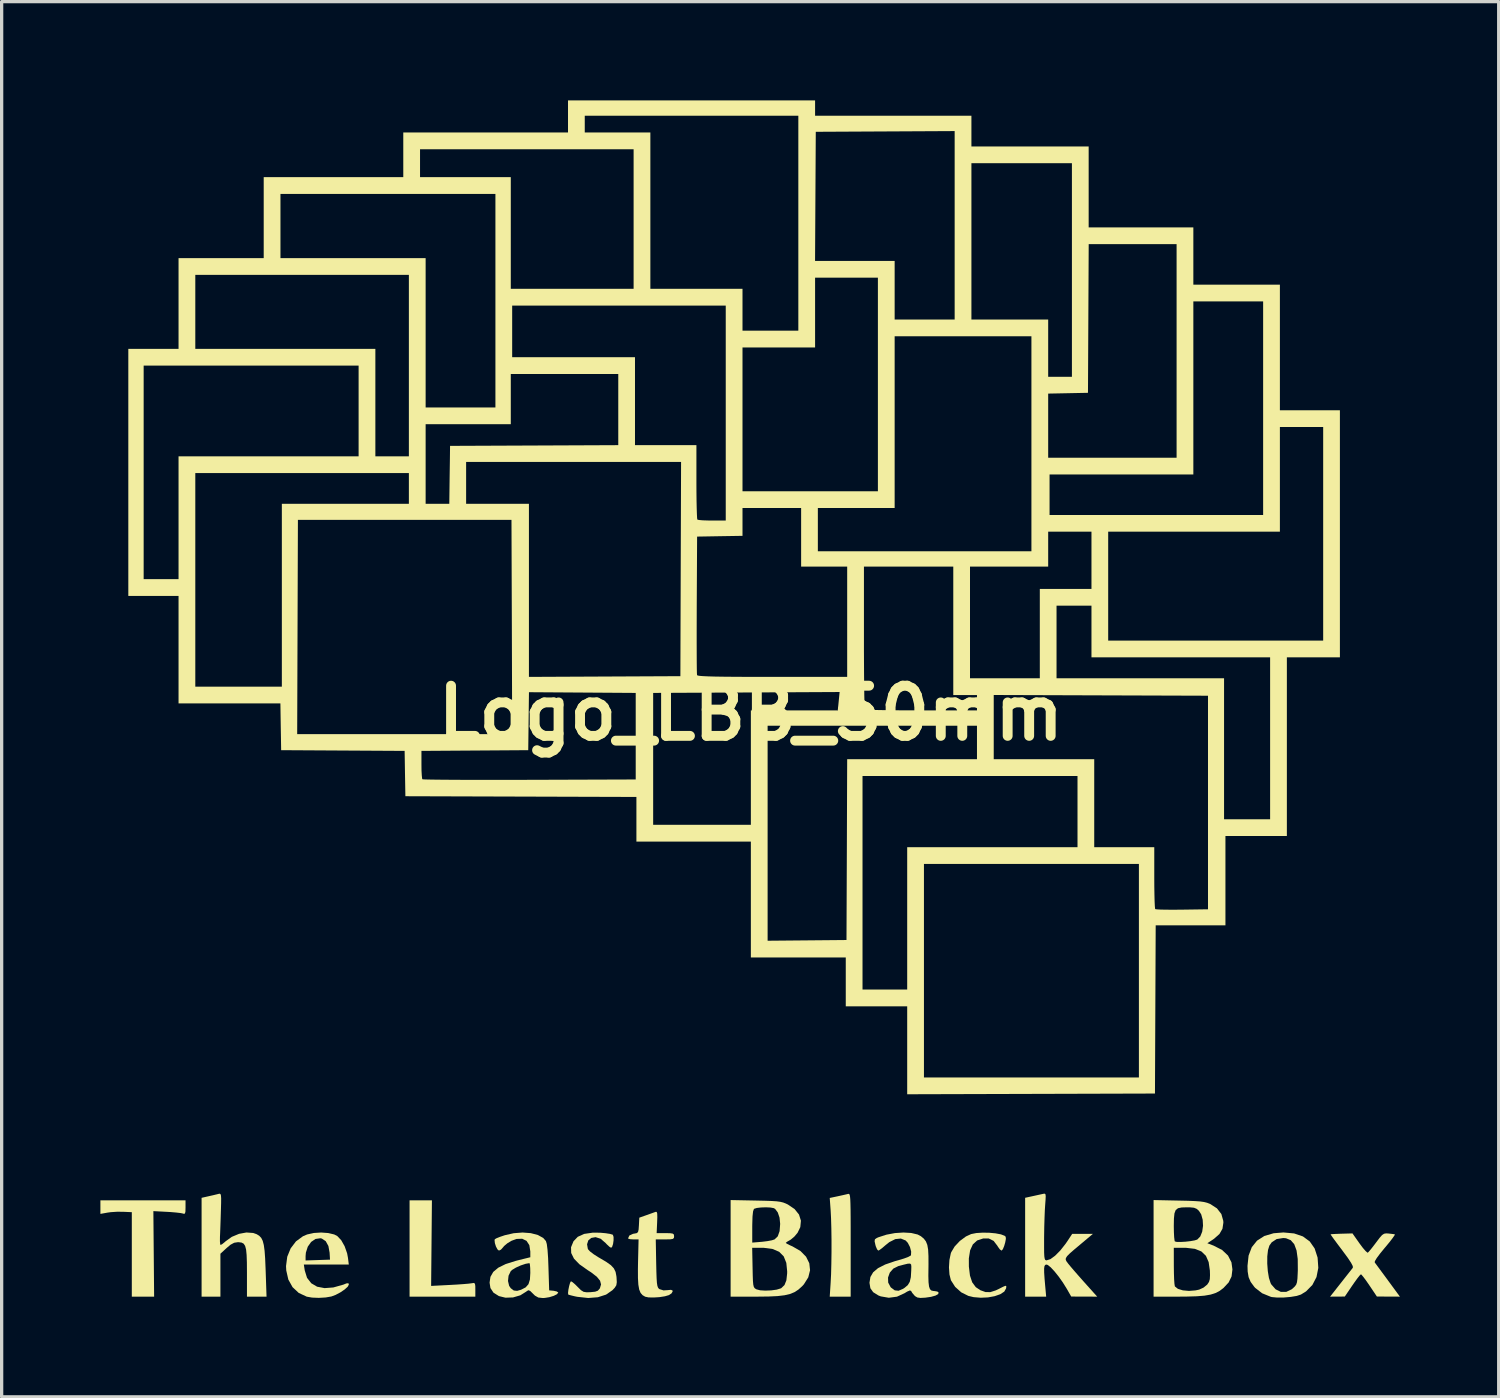
<source format=kicad_pcb>
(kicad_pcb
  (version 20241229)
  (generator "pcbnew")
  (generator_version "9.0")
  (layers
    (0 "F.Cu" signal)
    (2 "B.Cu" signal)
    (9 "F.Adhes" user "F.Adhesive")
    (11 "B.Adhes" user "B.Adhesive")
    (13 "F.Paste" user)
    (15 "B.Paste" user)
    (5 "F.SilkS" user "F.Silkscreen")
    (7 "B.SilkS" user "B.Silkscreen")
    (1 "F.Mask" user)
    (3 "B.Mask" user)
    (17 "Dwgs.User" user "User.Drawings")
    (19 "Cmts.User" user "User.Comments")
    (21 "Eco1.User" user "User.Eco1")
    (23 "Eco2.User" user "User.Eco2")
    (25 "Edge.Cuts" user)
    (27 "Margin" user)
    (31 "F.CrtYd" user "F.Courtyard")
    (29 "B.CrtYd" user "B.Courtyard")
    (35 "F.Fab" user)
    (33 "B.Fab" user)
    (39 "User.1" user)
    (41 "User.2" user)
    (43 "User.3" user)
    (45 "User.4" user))
  (footprint "Logo_LBB_50mm"
    (layer "F.Cu")
    (at 19.76 18.615)
    (property "Reference" "Logo_LBB_50mm" (at 0 0 0) (layer "F.SilkS") (effects (font (size 1.524 1.524) (thickness 0.3))))
    (attr through_hole)
    (fp_poly (pts (xy -9.701 16.099) (xy -9.713 17.399) (xy -9.15 17.37) (xy -8.93 17.358) (xy -8.733 17.344) (xy -8.578 17.331) (xy -8.485 17.319) (xy -8.478 17.318) (xy -8.415 17.309) (xy -8.382 17.331) (xy -8.371 17.403) (xy -8.37 17.509) (xy -8.37 17.725) (xy -9.369 17.725) (xy -10.368 17.725) (xy -10.368 14.799) (xy -10.029 14.799) (xy -9.689 14.799)) (stroke (width 0) (type solid)) (fill yes) (layer "F.SilkS"))
    (fp_poly (pts (xy -17.174 15.016) (xy -17.177 15.142) (xy -17.192 15.2) (xy -17.226 15.209) (xy -17.248 15.201) (xy -17.321 15.186) (xy -17.456 15.17) (xy -17.63 15.155) (xy -17.737 15.149) (xy -18.151 15.127) (xy -18.128 17.725) (xy -18.467 17.725) (xy -18.806 17.725) (xy -18.806 15.159) (xy -19.071 15.147) (xy -19.257 15.146) (xy -19.448 15.159) (xy -19.548 15.173) (xy -19.76 15.211) (xy -19.76 14.799) (xy -17.174 14.799)) (stroke (width 0) (type solid)) (fill yes) (layer "F.SilkS"))
    (fp_poly (pts (xy 2.987 14.608) (xy 3.001 14.632) (xy 3.012 14.683) (xy 3.02 14.768) (xy 3.025 14.894) (xy 3.029 15.071) (xy 3.031 15.305) (xy 3.032 15.606) (xy 3.032 15.98) (xy 3.032 16.154) (xy 3.032 17.725) (xy 2.714 17.725) (xy 2.396 17.725) (xy 2.423 17.311) (xy 2.437 17.044) (xy 2.445 16.721) (xy 2.45 16.366) (xy 2.45 16.002) (xy 2.445 15.654) (xy 2.436 15.345) (xy 2.424 15.113) (xy 2.396 14.727) (xy 2.629 14.678) (xy 2.775 14.646) (xy 2.898 14.618) (xy 2.947 14.606) (xy 2.969 14.602)) (stroke (width 0) (type solid)) (fill yes) (layer "F.SilkS"))
    (fp_poly (pts (xy -16.112 14.609) (xy -16.098 14.651) (xy -16.092 14.738) (xy -16.093 14.882) (xy -16.099 15.097) (xy -16.1 15.124) (xy -16.107 15.358) (xy -16.115 15.586) (xy -16.122 15.781) (xy -16.128 15.912) (xy -16.129 16.043) (xy -16.121 16.131) (xy -16.108 16.156) (xy -16.059 16.129) (xy -15.978 16.064) (xy -15.957 16.044) (xy -15.767 15.908) (xy -15.548 15.817) (xy -15.324 15.776) (xy -15.117 15.791) (xy -15.013 15.828) (xy -14.935 15.876) (xy -14.874 15.94) (xy -14.829 16.03) (xy -14.796 16.157) (xy -14.772 16.334) (xy -14.755 16.571) (xy -14.742 16.88) (xy -14.74 16.93) (xy -14.713 17.725) (xy -15.308 17.725) (xy -15.308 16.992) (xy -15.31 16.689) (xy -15.318 16.46) (xy -15.334 16.296) (xy -15.363 16.185) (xy -15.407 16.117) (xy -15.47 16.083) (xy -15.554 16.072) (xy -15.587 16.071) (xy -15.696 16.088) (xy -15.806 16.147) (xy -15.924 16.246) (xy -16.114 16.421) (xy -16.114 17.725) (xy -16.4 17.725) (xy -16.686 17.725) (xy -16.686 14.723) (xy -16.474 14.675) (xy -16.332 14.643) (xy -16.212 14.614) (xy -16.173 14.604) (xy -16.137 14.597)) (stroke (width 0) (type solid)) (fill yes) (layer "F.SilkS"))
    (fp_poly (pts (xy -12.838 15.793) (xy -12.657 15.836) (xy -12.564 15.884) (xy -12.444 16.011) (xy -12.34 16.195) (xy -12.265 16.409) (xy -12.239 16.548) (xy -12.214 16.75) (xy -13.58 16.75) (xy -13.552 16.93) (xy -13.483 17.153) (xy -13.355 17.318) (xy -13.176 17.423) (xy -12.95 17.466) (xy -12.684 17.446) (xy -12.382 17.361) (xy -12.287 17.323) (xy -12.226 17.317) (xy -12.212 17.358) (xy -12.248 17.424) (xy -12.341 17.508) (xy -12.471 17.596) (xy -12.615 17.672) (xy -12.743 17.72) (xy -12.917 17.75) (xy -13.125 17.762) (xy -13.329 17.754) (xy -13.489 17.726) (xy -13.491 17.726) (xy -13.735 17.612) (xy -13.923 17.436) (xy -14.051 17.206) (xy -14.114 16.929) (xy -14.121 16.797) (xy -14.084 16.513) (xy -14.077 16.495) (xy -13.527 16.495) (xy -13.527 16.626) (xy -12.785 16.601) (xy -12.797 16.389) (xy -12.834 16.186) (xy -12.915 16.04) (xy -13.033 15.961) (xy -13.078 15.951) (xy -13.227 15.973) (xy -13.358 16.063) (xy -13.46 16.207) (xy -13.518 16.388) (xy -13.527 16.495) (xy -14.077 16.495) (xy -13.98 16.258) (xy -13.819 16.046) (xy -13.608 15.891) (xy -13.48 15.836) (xy -13.277 15.791) (xy -13.054 15.777)) (stroke (width 0) (type solid)) (fill yes) (layer "F.SilkS"))
    (fp_poly (pts (xy 7.241 15.784) (xy 7.433 15.802) (xy 7.596 15.833) (xy 7.707 15.875) (xy 7.741 15.905) (xy 7.747 15.969) (xy 7.728 16.073) (xy 7.695 16.188) (xy 7.656 16.282) (xy 7.619 16.325) (xy 7.616 16.326) (xy 7.566 16.292) (xy 7.504 16.207) (xy 7.49 16.182) (xy 7.374 16.031) (xy 7.227 15.958) (xy 7.057 15.958) (xy 6.875 16.018) (xy 6.744 16.137) (xy 6.661 16.317) (xy 6.622 16.563) (xy 6.623 16.811) (xy 6.656 17.085) (xy 6.724 17.29) (xy 6.833 17.437) (xy 6.972 17.53) (xy 7.127 17.585) (xy 7.273 17.588) (xy 7.437 17.536) (xy 7.53 17.492) (xy 7.66 17.426) (xy 7.731 17.396) (xy 7.758 17.402) (xy 7.758 17.441) (xy 7.752 17.477) (xy 7.698 17.572) (xy 7.577 17.651) (xy 7.406 17.711) (xy 7.203 17.748) (xy 6.983 17.758) (xy 6.766 17.74) (xy 6.607 17.702) (xy 6.391 17.594) (xy 6.206 17.428) (xy 6.078 17.228) (xy 6.076 17.223) (xy 6.033 17.051) (xy 6.018 16.835) (xy 6.032 16.611) (xy 6.073 16.414) (xy 6.087 16.375) (xy 6.191 16.201) (xy 6.349 16.033) (xy 6.533 15.897) (xy 6.692 15.824) (xy 6.849 15.793) (xy 7.039 15.781)) (stroke (width 0) (type solid)) (fill yes) (layer "F.SilkS"))
    (fp_poly (pts (xy 8.949 14.614) (xy 8.957 14.673) (xy 8.952 14.787) (xy 8.941 14.934) (xy 8.93 15.106) (xy 8.921 15.337) (xy 8.913 15.6) (xy 8.909 15.869) (xy 8.908 15.955) (xy 8.908 16.206) (xy 8.909 16.386) (xy 8.915 16.504) (xy 8.927 16.575) (xy 8.944 16.61) (xy 8.97 16.622) (xy 8.984 16.622) (xy 9.1 16.586) (xy 9.241 16.483) (xy 9.399 16.324) (xy 9.56 16.12) (xy 9.63 16.018) (xy 9.762 15.817) (xy 10.392 15.817) (xy 10.017 16.132) (xy 9.826 16.292) (xy 9.693 16.408) (xy 9.609 16.492) (xy 9.569 16.554) (xy 9.565 16.605) (xy 9.59 16.656) (xy 9.636 16.718) (xy 9.704 16.801) (xy 9.814 16.93) (xy 9.953 17.089) (xy 10.105 17.261) (xy 10.131 17.29) (xy 10.521 17.725) (xy 10.127 17.724) (xy 9.732 17.722) (xy 9.592 17.478) (xy 9.476 17.292) (xy 9.349 17.113) (xy 9.223 16.956) (xy 9.109 16.834) (xy 9.02 16.763) (xy 8.982 16.75) (xy 8.945 16.759) (xy 8.92 16.794) (xy 8.909 16.868) (xy 8.91 16.992) (xy 8.922 17.178) (xy 8.941 17.396) (xy 8.971 17.725) (xy 8.332 17.725) (xy 8.332 14.722) (xy 8.566 14.671) (xy 8.712 14.639) (xy 8.835 14.612) (xy 8.885 14.601) (xy 8.926 14.596)) (stroke (width 0) (type solid)) (fill yes) (layer "F.SilkS"))
    (fp_poly (pts (xy 16.504 15.805) (xy 16.771 15.896) (xy 16.978 16.048) (xy 17.126 16.26) (xy 17.215 16.533) (xy 17.217 16.545) (xy 17.238 16.852) (xy 17.183 17.13) (xy 17.058 17.37) (xy 16.866 17.565) (xy 16.711 17.661) (xy 16.582 17.703) (xy 16.399 17.733) (xy 16.193 17.751) (xy 15.992 17.753) (xy 15.829 17.738) (xy 15.795 17.73) (xy 15.531 17.622) (xy 15.318 17.456) (xy 15.288 17.421) (xy 15.183 17.278) (xy 15.121 17.134) (xy 15.092 16.961) (xy 15.087 16.79) (xy 15.094 16.723) (xy 15.687 16.723) (xy 15.704 16.95) (xy 15.738 17.156) (xy 15.789 17.314) (xy 15.808 17.351) (xy 15.941 17.502) (xy 16.098 17.579) (xy 16.265 17.58) (xy 16.429 17.502) (xy 16.463 17.474) (xy 16.525 17.415) (xy 16.566 17.36) (xy 16.59 17.288) (xy 16.604 17.18) (xy 16.612 17.017) (xy 16.616 16.918) (xy 16.613 16.582) (xy 16.577 16.321) (xy 16.507 16.132) (xy 16.401 16.01) (xy 16.257 15.951) (xy 16.173 15.944) (xy 15.972 15.976) (xy 15.822 16.075) (xy 15.752 16.174) (xy 15.71 16.309) (xy 15.688 16.501) (xy 15.687 16.723) (xy 15.094 16.723) (xy 15.12 16.479) (xy 15.217 16.223) (xy 15.377 16.024) (xy 15.599 15.882) (xy 15.881 15.799) (xy 16.179 15.775)) (stroke (width 0) (type solid)) (fill yes) (layer "F.SilkS"))
    (fp_poly (pts (xy -2.86 15.152) (xy -2.845 15.201) (xy -2.842 15.31) (xy -2.847 15.46) (xy -2.862 15.795) (xy -2.597 15.795) (xy -2.452 15.798) (xy -2.373 15.81) (xy -2.339 15.838) (xy -2.332 15.89) (xy -2.332 15.891) (xy -2.338 15.942) (xy -2.37 15.971) (xy -2.446 15.983) (xy -2.585 15.986) (xy -2.611 15.986) (xy -2.889 15.986) (xy -2.876 16.711) (xy -2.87 16.977) (xy -2.863 17.171) (xy -2.854 17.306) (xy -2.84 17.395) (xy -2.821 17.45) (xy -2.795 17.483) (xy -2.781 17.495) (xy -2.654 17.535) (xy -2.537 17.528) (xy -2.428 17.518) (xy -2.381 17.537) (xy -2.375 17.564) (xy -2.409 17.625) (xy -2.488 17.678) (xy -2.61 17.714) (xy -2.776 17.74) (xy -2.952 17.751) (xy -3.109 17.748) (xy -3.21 17.727) (xy -3.29 17.68) (xy -3.35 17.611) (xy -3.392 17.509) (xy -3.418 17.362) (xy -3.43 17.16) (xy -3.431 16.89) (xy -3.428 16.7) (xy -3.411 15.986) (xy -3.572 15.986) (xy -3.674 15.979) (xy -3.728 15.96) (xy -3.731 15.955) (xy -3.691 15.868) (xy -3.581 15.817) (xy -3.541 15.81) (xy -3.468 15.796) (xy -3.428 15.763) (xy -3.41 15.687) (xy -3.401 15.561) (xy -3.389 15.326) (xy -3.168 15.248) (xy -3.034 15.2) (xy -2.928 15.162) (xy -2.889 15.148)) (stroke (width 0) (type solid)) (fill yes) (layer "F.SilkS"))
    (fp_poly (pts (xy 19.368 15.807) (xy 19.481 15.82) (xy 19.557 15.83) (xy 19.564 15.832) (xy 19.552 15.865) (xy 19.493 15.95) (xy 19.397 16.074) (xy 19.273 16.224) (xy 19.258 16.241) (xy 19.118 16.412) (xy 19.015 16.55) (xy 18.958 16.644) (xy 18.951 16.684) (xy 18.987 16.733) (xy 19.063 16.836) (xy 19.17 16.981) (xy 19.298 17.154) (xy 19.351 17.227) (xy 19.717 17.725) (xy 19.368 17.723) (xy 19.018 17.722) (xy 18.791 17.384) (xy 18.691 17.239) (xy 18.606 17.125) (xy 18.549 17.058) (xy 18.533 17.046) (xy 18.497 17.079) (xy 18.426 17.168) (xy 18.333 17.296) (xy 18.272 17.384) (xy 18.043 17.722) (xy 17.596 17.725) (xy 17.922 17.311) (xy 18.05 17.148) (xy 18.162 17.006) (xy 18.245 16.901) (xy 18.287 16.847) (xy 18.288 16.846) (xy 18.285 16.796) (xy 18.233 16.696) (xy 18.131 16.542) (xy 17.974 16.33) (xy 17.965 16.317) (xy 17.836 16.146) (xy 17.728 16.001) (xy 17.651 15.894) (xy 17.613 15.837) (xy 17.611 15.832) (xy 17.654 15.826) (xy 17.761 15.82) (xy 17.911 15.814) (xy 17.948 15.813) (xy 18.276 15.804) (xy 18.49 16.108) (xy 18.59 16.242) (xy 18.674 16.339) (xy 18.73 16.387) (xy 18.743 16.389) (xy 18.784 16.346) (xy 18.862 16.252) (xy 18.96 16.125) (xy 18.995 16.078) (xy 19.101 15.938) (xy 19.175 15.854) (xy 19.236 15.814) (xy 19.3 15.803)) (stroke (width 0) (type solid)) (fill yes) (layer "F.SilkS"))
    (fp_poly (pts (xy -4.579 15.783) (xy -4.413 15.798) (xy -4.279 15.819) (xy -4.2 15.842) (xy -4.192 15.848) (xy -4.171 15.911) (xy -4.171 16.014) (xy -4.186 16.124) (xy -4.214 16.21) (xy -4.245 16.241) (xy -4.295 16.211) (xy -4.375 16.137) (xy -4.412 16.097) (xy -4.564 15.966) (xy -4.717 15.918) (xy -4.847 15.941) (xy -4.938 16.016) (xy -4.976 16.134) (xy -4.954 16.267) (xy -4.945 16.288) (xy -4.886 16.352) (xy -4.775 16.437) (xy -4.631 16.529) (xy -4.601 16.546) (xy -4.394 16.668) (xy -4.251 16.77) (xy -4.161 16.868) (xy -4.109 16.975) (xy -4.084 17.108) (xy -4.08 17.149) (xy -4.073 17.288) (xy -4.087 17.379) (xy -4.135 17.455) (xy -4.205 17.529) (xy -4.398 17.663) (xy -4.647 17.743) (xy -4.942 17.766) (xy -5.273 17.73) (xy -5.343 17.716) (xy -5.459 17.688) (xy -5.534 17.667) (xy -5.548 17.661) (xy -5.554 17.61) (xy -5.543 17.514) (xy -5.52 17.402) (xy -5.493 17.307) (xy -5.467 17.259) (xy -5.464 17.258) (xy -5.415 17.287) (xy -5.331 17.36) (xy -5.261 17.43) (xy -5.161 17.529) (xy -5.082 17.578) (xy -4.989 17.593) (xy -4.872 17.589) (xy -4.732 17.575) (xy -4.649 17.545) (xy -4.596 17.486) (xy -4.585 17.468) (xy -4.551 17.354) (xy -4.581 17.241) (xy -4.679 17.121) (xy -4.852 16.987) (xy -4.961 16.917) (xy -5.209 16.741) (xy -5.374 16.57) (xy -5.458 16.399) (xy -5.463 16.225) (xy -5.389 16.045) (xy -5.389 16.044) (xy -5.258 15.907) (xy -5.063 15.819) (xy -4.802 15.781)) (stroke (width 0) (type solid)) (fill yes) (layer "F.SilkS"))
    (fp_poly (pts (xy -6.686 15.796) (xy -6.471 15.852) (xy -6.308 15.942) (xy -6.226 16.036) (xy -6.199 16.128) (xy -6.177 16.303) (xy -6.159 16.56) (xy -6.149 16.834) (xy -6.127 17.534) (xy -5.99 17.547) (xy -5.896 17.568) (xy -5.852 17.599) (xy -5.852 17.603) (xy -5.89 17.651) (xy -5.987 17.7) (xy -6.119 17.741) (xy -6.261 17.764) (xy -6.321 17.767) (xy -6.456 17.752) (xy -6.559 17.694) (xy -6.62 17.634) (xy -6.701 17.554) (xy -6.753 17.53) (xy -6.801 17.553) (xy -6.819 17.569) (xy -7.002 17.684) (xy -7.224 17.749) (xy -7.454 17.757) (xy -7.654 17.708) (xy -7.819 17.604) (xy -7.911 17.464) (xy -7.937 17.301) (xy -7.93 17.25) (xy -7.378 17.25) (xy -7.343 17.397) (xy -7.293 17.47) (xy -7.201 17.539) (xy -7.1 17.549) (xy -6.98 17.515) (xy -6.842 17.444) (xy -6.756 17.347) (xy -6.712 17.205) (xy -6.7 17.004) (xy -6.703 16.858) (xy -6.712 16.752) (xy -6.724 16.707) (xy -6.725 16.707) (xy -6.842 16.727) (xy -6.991 16.777) (xy -7.138 16.843) (xy -7.253 16.913) (xy -7.293 16.949) (xy -7.361 17.089) (xy -7.378 17.25) (xy -7.93 17.25) (xy -7.911 17.123) (xy -7.825 16.973) (xy -7.672 16.845) (xy -7.448 16.735) (xy -7.145 16.639) (xy -7.072 16.62) (xy -6.7 16.528) (xy -6.7 16.351) (xy -6.73 16.16) (xy -6.815 16.03) (xy -6.947 15.966) (xy -7.118 15.972) (xy -7.269 16.027) (xy -7.396 16.103) (xy -7.498 16.189) (xy -7.524 16.222) (xy -7.592 16.297) (xy -7.653 16.326) (xy -7.698 16.289) (xy -7.744 16.202) (xy -7.777 16.097) (xy -7.786 16.008) (xy -7.778 15.981) (xy -7.729 15.952) (xy -7.622 15.909) (xy -7.48 15.861) (xy -7.478 15.86) (xy -7.205 15.798) (xy -6.935 15.777)) (stroke (width 0) (type solid)) (fill yes) (layer "F.SilkS"))
    (fp_poly (pts (xy 12.997 14.807) (xy 13.279 14.813) (xy 13.492 14.822) (xy 13.649 14.833) (xy 13.766 14.85) (xy 13.858 14.873) (xy 13.939 14.904) (xy 13.955 14.911) (xy 14.159 15.043) (xy 14.293 15.215) (xy 14.351 15.422) (xy 14.354 15.477) (xy 14.326 15.664) (xy 14.235 15.822) (xy 14.072 15.966) (xy 14.025 15.998) (xy 13.867 16.102) (xy 14.059 16.176) (xy 14.315 16.307) (xy 14.495 16.477) (xy 14.6 16.684) (xy 14.629 16.898) (xy 14.603 17.111) (xy 14.515 17.293) (xy 14.357 17.462) (xy 14.244 17.548) (xy 14.119 17.614) (xy 13.969 17.662) (xy 13.781 17.695) (xy 13.543 17.714) (xy 13.241 17.723) (xy 13 17.725) (xy 12.234 17.725) (xy 12.234 16.241) (xy 12.848 16.241) (xy 12.849 16.803) (xy 12.852 17.015) (xy 12.858 17.199) (xy 12.868 17.337) (xy 12.88 17.41) (xy 12.882 17.415) (xy 12.973 17.488) (xy 13.123 17.534) (xy 13.309 17.551) (xy 13.509 17.535) (xy 13.62 17.511) (xy 13.752 17.45) (xy 13.861 17.361) (xy 13.868 17.352) (xy 13.917 17.278) (xy 13.942 17.193) (xy 13.948 17.072) (xy 13.944 16.932) (xy 13.907 16.676) (xy 13.824 16.485) (xy 13.686 16.352) (xy 13.488 16.273) (xy 13.224 16.242) (xy 13.156 16.241) (xy 12.848 16.241) (xy 12.234 16.241) (xy 12.234 15.579) (xy 12.848 15.579) (xy 12.851 15.764) (xy 12.859 15.917) (xy 12.871 16.018) (xy 12.88 16.048) (xy 12.939 16.062) (xy 13.054 16.064) (xy 13.201 16.056) (xy 13.352 16.039) (xy 13.482 16.016) (xy 13.561 15.991) (xy 13.652 15.898) (xy 13.711 15.751) (xy 13.736 15.573) (xy 13.726 15.39) (xy 13.68 15.224) (xy 13.611 15.117) (xy 13.542 15.057) (xy 13.461 15.024) (xy 13.34 15.012) (xy 13.247 15.011) (xy 13.086 15.016) (xy 12.976 15.039) (xy 12.906 15.095) (xy 12.868 15.195) (xy 12.852 15.354) (xy 12.848 15.579) (xy 12.234 15.579) (xy 12.234 14.791)) (stroke (width 0) (type solid)) (fill yes) (layer "F.SilkS"))
    (fp_poly (pts (xy 0.148 14.806) (xy 0.424 14.812) (xy 0.63 14.819) (xy 0.782 14.829) (xy 0.893 14.844) (xy 0.981 14.865) (xy 1.059 14.895) (xy 1.124 14.926) (xy 1.328 15.064) (xy 1.462 15.231) (xy 1.521 15.417) (xy 1.502 15.613) (xy 1.419 15.785) (xy 1.322 15.9) (xy 1.213 15.992) (xy 1.186 16.008) (xy 1.101 16.057) (xy 1.061 16.09) (xy 1.06 16.092) (xy 1.096 16.118) (xy 1.187 16.164) (xy 1.267 16.2) (xy 1.507 16.339) (xy 1.677 16.512) (xy 1.775 16.71) (xy 1.798 16.923) (xy 1.744 17.139) (xy 1.611 17.35) (xy 1.554 17.412) (xy 1.443 17.512) (xy 1.326 17.588) (xy 1.19 17.644) (xy 1.023 17.683) (xy 0.811 17.708) (xy 0.541 17.721) (xy 0.202 17.725) (xy 0.151 17.725) (xy -0.615 17.725) (xy -0.615 16.241) (xy 0.04 16.241) (xy 0.052 16.844) (xy 0.057 17.081) (xy 0.063 17.248) (xy 0.073 17.358) (xy 0.089 17.426) (xy 0.114 17.466) (xy 0.15 17.492) (xy 0.17 17.503) (xy 0.279 17.532) (xy 0.439 17.542) (xy 0.618 17.535) (xy 0.785 17.512) (xy 0.909 17.474) (xy 0.926 17.465) (xy 1.022 17.372) (xy 1.079 17.229) (xy 1.102 17.022) (xy 1.103 16.958) (xy 1.077 16.699) (xy 0.998 16.502) (xy 0.86 16.363) (xy 0.661 16.278) (xy 0.395 16.242) (xy 0.316 16.241) (xy 0.04 16.241) (xy -0.615 16.241) (xy -0.615 15.598) (xy 0.042 15.598) (xy 0.042 16.083) (xy 0.337 16.059) (xy 0.5 16.039) (xy 0.639 16.013) (xy 0.721 15.986) (xy 0.817 15.893) (xy 0.873 15.735) (xy 0.89 15.515) (xy 0.871 15.324) (xy 0.817 15.166) (xy 0.738 15.061) (xy 0.698 15.037) (xy 0.599 15.018) (xy 0.46 15.011) (xy 0.311 15.016) (xy 0.181 15.031) (xy 0.101 15.056) (xy 0.093 15.062) (xy 0.067 15.135) (xy 0.05 15.291) (xy 0.043 15.528) (xy 0.042 15.598) (xy -0.615 15.598) (xy -0.615 14.791)) (stroke (width 0) (type solid)) (fill yes) (layer "F.SilkS"))
    (fp_poly (pts (xy 4.872 15.791) (xy 5.066 15.837) (xy 5.165 15.889) (xy 5.254 15.963) (xy 5.317 16.046) (xy 5.36 16.152) (xy 5.385 16.296) (xy 5.395 16.491) (xy 5.396 16.753) (xy 5.395 16.83) (xy 5.392 17.095) (xy 5.397 17.287) (xy 5.413 17.418) (xy 5.441 17.498) (xy 5.486 17.54) (xy 5.55 17.554) (xy 5.579 17.555) (xy 5.666 17.571) (xy 5.702 17.596) (xy 5.692 17.645) (xy 5.611 17.692) (xy 5.473 17.731) (xy 5.3 17.756) (xy 5.152 17.764) (xy 5.059 17.751) (xy 4.992 17.712) (xy 4.972 17.693) (xy 4.903 17.612) (xy 4.869 17.554) (xy 4.833 17.536) (xy 4.747 17.572) (xy 4.67 17.62) (xy 4.439 17.726) (xy 4.191 17.759) (xy 3.947 17.717) (xy 3.873 17.688) (xy 3.716 17.59) (xy 3.631 17.47) (xy 3.604 17.308) (xy 3.604 17.298) (xy 3.629 17.144) (xy 4.167 17.144) (xy 4.172 17.298) (xy 4.245 17.436) (xy 4.26 17.451) (xy 4.372 17.534) (xy 4.486 17.546) (xy 4.622 17.488) (xy 4.667 17.459) (xy 4.766 17.376) (xy 4.827 17.275) (xy 4.86 17.133) (xy 4.872 16.929) (xy 4.872 16.925) (xy 4.875 16.817) (xy 4.869 16.751) (xy 4.838 16.721) (xy 4.767 16.724) (xy 4.642 16.754) (xy 4.482 16.796) (xy 4.329 16.872) (xy 4.221 16.995) (xy 4.167 17.144) (xy 3.629 17.144) (xy 3.631 17.129) (xy 3.715 16.985) (xy 3.862 16.86) (xy 4.08 16.749) (xy 4.374 16.648) (xy 4.489 16.616) (xy 4.651 16.567) (xy 4.78 16.519) (xy 4.854 16.478) (xy 4.864 16.466) (xy 4.87 16.357) (xy 4.834 16.219) (xy 4.768 16.091) (xy 4.702 16.019) (xy 4.557 15.96) (xy 4.388 15.977) (xy 4.206 16.069) (xy 4.09 16.162) (xy 3.986 16.251) (xy 3.904 16.311) (xy 3.87 16.326) (xy 3.834 16.288) (xy 3.795 16.196) (xy 3.783 16.152) (xy 3.759 16.042) (xy 3.769 15.982) (xy 3.826 15.943) (xy 3.876 15.921) (xy 4.117 15.843) (xy 4.377 15.794) (xy 4.636 15.777)) (stroke (width 0) (type solid)) (fill yes) (layer "F.SilkS"))
    (fp_poly (pts (xy 1.951 -18.149) (xy 6.7 -18.149) (xy 6.7 -17.216) (xy 10.262 -17.216) (xy 10.262 -14.757) (xy 13.442 -14.757) (xy 13.442 -13.018) (xy 16.071 -13.018) (xy 16.071 -9.202) (xy 17.894 -9.202) (xy 17.894 -1.696) (xy 16.283 -1.696) (xy 16.283 3.732) (xy 14.417 3.732) (xy 14.417 6.445) (xy 12.298 6.445) (xy 12.287 9) (xy 12.276 11.555) (xy 8.513 11.566) (xy 4.749 11.577) (xy 4.749 8.905) (xy 2.883 8.905) (xy 2.883 7.421) (xy 0 7.421) (xy 0 3.901) (xy -3.477 3.901) (xy -3.477 3.392) (xy -2.968 3.392) (xy 0 3.392) (xy 0 0.382) (xy 0.509 0.382) (xy 0.509 6.913) (xy 2.905 6.891) (xy 2.916 4.145) (xy 2.924 1.908) (xy 3.392 1.908) (xy 3.392 8.396) (xy 4.749 8.396) (xy 4.749 4.58) (xy 5.258 4.58) (xy 5.258 11.067) (xy 11.788 11.067) (xy 11.788 4.58) (xy 5.258 4.58) (xy 4.749 4.58) (xy 4.749 4.071) (xy 9.923 4.071) (xy 9.923 1.908) (xy 3.392 1.908) (xy 2.924 1.908) (xy 2.926 1.399) (xy 6.869 1.399) (xy 7.378 1.399) (xy 10.431 1.399) (xy 10.431 4.071) (xy 12.255 4.071) (xy 12.255 4.997) (xy 12.256 5.269) (xy 12.26 5.512) (xy 12.265 5.713) (xy 12.272 5.861) (xy 12.28 5.941) (xy 12.284 5.952) (xy 12.334 5.96) (xy 12.454 5.967) (xy 12.632 5.97) (xy 12.853 5.971) (xy 13.1 5.969) (xy 13.887 5.958) (xy 13.887 -0.53) (xy 10.633 -0.541) (xy 7.378 -0.552) (xy 7.378 1.399) (xy 6.869 1.399) (xy 6.869 0.382) (xy 0.509 0.382) (xy 0 0.382) (xy 0 -0.085) (xy 2.926 -0.085) (xy 2.926 -0.644) (xy -0.021 -0.629) (xy -2.968 -0.615) (xy -2.968 1.389) (xy -2.968 3.392) (xy -3.477 3.392) (xy -3.477 2.545) (xy -6.986 2.534) (xy -10.495 2.523) (xy -10.507 1.834) (xy -10.518 1.146) (xy -10.007 1.146) (xy -10.007 1.562) (xy -10.005 1.743) (xy -9.997 1.89) (xy -9.987 1.984) (xy -9.979 2.007) (xy -9.933 2.012) (xy -9.809 2.016) (xy -9.613 2.019) (xy -9.352 2.022) (xy -9.033 2.024) (xy -8.661 2.026) (xy -8.245 2.027) (xy -7.79 2.027) (xy -7.302 2.027) (xy -6.79 2.025) (xy -6.724 2.025) (xy -3.498 2.014) (xy -3.498 -0.615) (xy -5.119 -0.626) (xy -6.741 -0.637) (xy -6.752 0.243) (xy -6.763 1.124) (xy -8.385 1.135) (xy -10.007 1.146) (xy -10.518 1.146) (xy -10.518 1.146) (xy -14.269 1.124) (xy -14.277 0.636) (xy -13.782 0.636) (xy -7.251 0.636) (xy -7.261 -2.618) (xy -7.272 -5.873) (xy -13.76 -5.873) (xy -13.771 -2.618) (xy -13.782 0.636) (xy -14.277 0.636) (xy -14.281 0.413) (xy -14.292 -0.297) (xy -17.386 -0.297) (xy -17.386 -3.562) (xy -18.912 -3.562) (xy -18.912 -10.559) (xy -18.446 -10.559) (xy -18.446 -4.071) (xy -17.386 -4.071) (xy -17.386 -7.293) (xy -16.877 -7.293) (xy -16.877 -0.806) (xy -14.248 -0.806) (xy -14.248 -6.361) (xy -10.389 -6.361) (xy -10.389 -7.293) (xy -16.877 -7.293) (xy -17.386 -7.293) (xy -17.386 -7.802) (xy -11.916 -7.802) (xy -11.916 -10.559) (xy -18.446 -10.559) (xy -18.912 -10.559) (xy -18.912 -11.067) (xy -17.386 -11.067) (xy -17.386 -13.315) (xy -16.877 -13.315) (xy -16.877 -11.067) (xy -11.407 -11.067) (xy -11.407 -7.802) (xy -10.389 -7.802) (xy -10.389 -8.778) (xy -9.88 -8.778) (xy -9.88 -6.361) (xy -9.161 -6.361) (xy -9.15 -7.24) (xy -9.144 -7.633) (xy -8.65 -7.633) (xy -8.65 -6.361) (xy -6.742 -6.361) (xy -6.742 -1.102) (xy -4.442 -1.113) (xy -2.141 -1.124) (xy -2.138 -2.131) (xy -1.646 -2.131) (xy -1.645 -1.819) (xy -1.644 -1.557) (xy -1.642 -1.354) (xy -1.639 -1.218) (xy -1.635 -1.157) (xy -1.634 -1.156) (xy -1.612 -1.143) (xy -1.553 -1.133) (xy -1.451 -1.125) (xy -1.3 -1.118) (xy -1.094 -1.112) (xy -0.83 -1.108) (xy -0.499 -1.105) (xy -0.098 -1.103) (xy 0.379 -1.103) (xy 0.656 -1.103) (xy 2.926 -1.103) (xy 2.926 -4.452) (xy 3.435 -4.452) (xy 3.435 -2.297) (xy 3.435 -1.877) (xy 3.437 -1.483) (xy 3.439 -1.123) (xy 3.443 -0.806) (xy 3.446 -0.538) (xy 3.451 -0.329) (xy 3.456 -0.186) (xy 3.461 -0.118) (xy 3.463 -0.113) (xy 3.51 -0.107) (xy 3.633 -0.101) (xy 3.822 -0.096) (xy 4.069 -0.092) (xy 4.363 -0.088) (xy 4.697 -0.086) (xy 5.06 -0.085) (xy 5.18 -0.085) (xy 6.869 -0.085) (xy 6.869 -0.551) (xy 6.149 -0.551) (xy 6.149 -4.452) (xy 6.657 -4.452) (xy 6.657 -1.06) (xy 8.778 -1.06) (xy 8.778 -3.265) (xy 9.286 -3.265) (xy 9.286 -1.06) (xy 14.375 -1.06) (xy 14.375 3.223) (xy 15.774 3.223) (xy 15.774 -1.696) (xy 10.347 -1.696) (xy 10.347 -3.265) (xy 9.286 -3.265) (xy 8.778 -3.265) (xy 8.778 -3.774) (xy 10.347 -3.774) (xy 10.347 -5.513) (xy 10.855 -5.513) (xy 10.855 -2.205) (xy 17.386 -2.205) (xy 17.386 -8.693) (xy 16.071 -8.693) (xy 16.071 -5.513) (xy 10.855 -5.513) (xy 10.347 -5.513) (xy 9.032 -5.513) (xy 9.032 -4.452) (xy 6.657 -4.452) (xy 6.149 -4.452) (xy 3.435 -4.452) (xy 2.926 -4.452) (xy 1.527 -4.452) (xy 1.527 -6.233) (xy 2.035 -6.233) (xy 2.035 -4.919) (xy 8.523 -4.919) (xy 8.523 -7.251) (xy 9.074 -7.251) (xy 9.074 -6.021) (xy 15.562 -6.021) (xy 15.562 -12.509) (xy 13.442 -12.509) (xy 13.442 -7.251) (xy 9.074 -7.251) (xy 8.523 -7.251) (xy 8.523 -9.708) (xy 9.032 -9.708) (xy 9.032 -7.76) (xy 12.933 -7.76) (xy 12.933 -14.248) (xy 10.263 -14.248) (xy 10.252 -11.99) (xy 10.241 -9.732) (xy 9.032 -9.708) (xy 8.523 -9.708) (xy 8.523 -11.449) (xy 4.368 -11.449) (xy 4.368 -6.233) (xy 2.035 -6.233) (xy 1.527 -6.233) (xy -0.254 -6.233) (xy -0.254 -5.387) (xy -0.943 -5.376) (xy -1.633 -5.364) (xy -1.644 -3.286) (xy -1.645 -2.873) (xy -1.646 -2.486) (xy -1.646 -2.131) (xy -2.138 -2.131) (xy -2.131 -4.378) (xy -2.12 -7.633) (xy -8.65 -7.633) (xy -9.144 -7.633) (xy -9.138 -8.12) (xy -6.583 -8.131) (xy -4.028 -8.142) (xy -4.028 -10.304) (xy -7.293 -10.304) (xy -7.293 -8.778) (xy -9.88 -8.778) (xy -10.389 -8.778) (xy -10.389 -13.315) (xy -16.877 -13.315) (xy -17.386 -13.315) (xy -17.386 -13.824) (xy -14.799 -13.824) (xy -14.799 -15.774) (xy -14.29 -15.774) (xy -14.29 -13.824) (xy -9.88 -13.824) (xy -9.88 -9.286) (xy -7.76 -9.286) (xy -7.76 -12.382) (xy -7.251 -12.382) (xy -7.251 -10.813) (xy -3.52 -10.813) (xy -3.52 -8.142) (xy -1.654 -8.142) (xy -1.654 -7.025) (xy -1.653 -6.725) (xy -1.65 -6.454) (xy -1.645 -6.222) (xy -1.639 -6.042) (xy -1.633 -5.924) (xy -1.625 -5.88) (xy -1.573 -5.868) (xy -1.456 -5.858) (xy -1.294 -5.853) (xy -1.18 -5.852) (xy -0.763 -5.852) (xy -0.763 -11.11) (xy -0.254 -11.11) (xy -0.254 -6.742) (xy 3.859 -6.742) (xy 3.859 -13.23) (xy 1.951 -13.23) (xy 1.951 -11.11) (xy -0.254 -11.11) (xy -0.763 -11.11) (xy -0.763 -12.382) (xy -7.251 -12.382) (xy -7.76 -12.382) (xy -7.76 -15.774) (xy -14.29 -15.774) (xy -14.799 -15.774) (xy -14.799 -16.283) (xy -10.559 -16.283) (xy -10.559 -17.131) (xy -10.05 -17.131) (xy -10.05 -16.283) (xy -7.293 -16.283) (xy -7.293 -12.891) (xy -3.562 -12.891) (xy -3.562 -17.131) (xy -10.05 -17.131) (xy -10.559 -17.131) (xy -10.559 -17.64) (xy -5.555 -17.64) (xy -5.555 -18.149) (xy -5.046 -18.149) (xy -5.046 -17.64) (xy -3.053 -17.64) (xy -3.053 -12.891) (xy -0.254 -12.891) (xy -0.254 -11.619) (xy 1.442 -11.619) (xy 1.442 -13.739) (xy 1.95 -13.739) (xy 4.368 -13.739) (xy 4.368 -11.958) (xy 6.191 -11.958) (xy 6.191 -16.707) (xy 6.7 -16.707) (xy 6.7 -11.958) (xy 9.032 -11.958) (xy 9.032 -10.219) (xy 9.753 -10.219) (xy 9.753 -16.707) (xy 6.7 -16.707) (xy 6.191 -16.707) (xy 6.191 -17.683) (xy 1.972 -17.661) (xy 1.961 -15.7) (xy 1.95 -13.739) (xy 1.442 -13.739) (xy 1.442 -18.149) (xy -5.046 -18.149) (xy -5.555 -18.149) (xy -5.555 -18.615) (xy 1.951 -18.615)) (stroke (width 0) (type solid)) (fill yes) (layer "F.SilkS")))
  (gr_rect
    (start -3 -3)
    (end 42.478 39.383)
    (stroke (width 0.1) (type default))
    (fill no)
    (layer "Edge.Cuts")))
</source>
